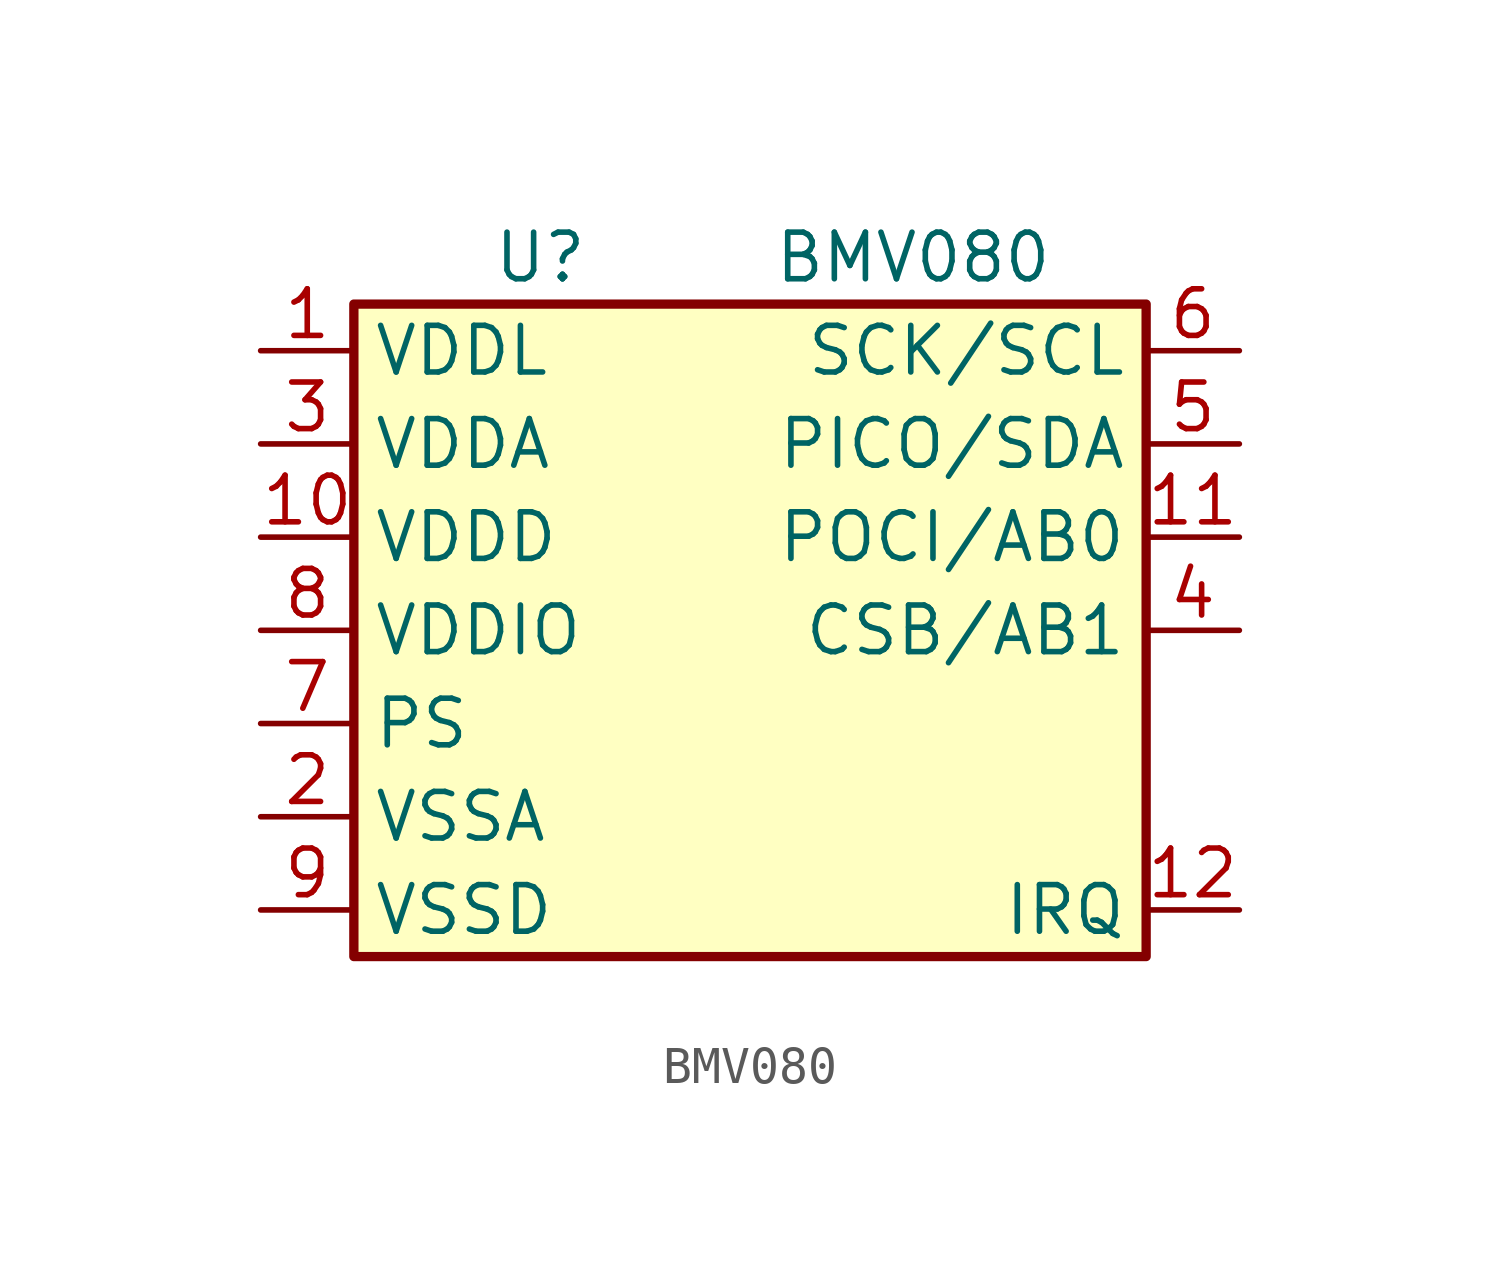
<source format=kicad_sym>
(kicad_symbol_lib
  (version 20231120)
  (generator "kicad_symbol_editor")
  (generator_version "8.0")
  (symbol "BMV080"
    (property "Reference" "U"
      (at -5.08 10.16 0)
      (effects (font (size 1.27 1.27))))
    (property "Value" "BMV080"
      (at 5.08 10.16 0)
      (effects (font (size 1.27 1.27))))
    (symbol "BMV080_0_1"
      (rectangle (start -10.16 8.89) (end 11.43 -8.89) (stroke (width 0.254) (type default)) (fill (type background))))
    (symbol "BMV080_1_1"
      (pin power_in line (at -12.7 7.62 0) (length 2.54) (name "VDDL" (effects (font (size 1.27 1.27)))) (number "1" (effects (font (size 1.27 1.27)))))
      (pin power_in line (at -12.7 2.54 0) (length 2.54) (name "VDDD" (effects (font (size 1.27 1.27)))) (number "10" (effects (font (size 1.27 1.27)))))
      (pin bidirectional line (at 13.97 2.54 180) (length 2.54) (name "POCI/AB0" (effects (font (size 1.27 1.27)))) (number "11" (effects (font (size 1.27 1.27)))))
      (pin output line (at 13.97 -7.62 180) (length 2.54) (name "IRQ" (effects (font (size 1.27 1.27)))) (number "12" (effects (font (size 1.27 1.27)))))
      (pin no_connect line (at 11.43 -5.08 0) (length 2.54) hide (name "NC" (effects (font (size 1.27 1.27)))) (number "13" (effects (font (size 1.27 1.27)))))
      (pin power_in line (at -12.7 -5.08 0) (length 2.54) (name "VSSA" (effects (font (size 1.27 1.27)))) (number "2" (effects (font (size 1.27 1.27)))))
      (pin power_in line (at -12.7 5.08 0) (length 2.54) (name "VDDA" (effects (font (size 1.27 1.27)))) (number "3" (effects (font (size 1.27 1.27)))))
      (pin input line (at 13.97 0 180) (length 2.54) (name "CSB/AB1" (effects (font (size 1.27 1.27)))) (number "4" (effects (font (size 1.27 1.27)))))
      (pin bidirectional line (at 13.97 5.08 180) (length 2.54) (name "PICO/SDA" (effects (font (size 1.27 1.27)))) (number "5" (effects (font (size 1.27 1.27)))))
      (pin input line (at 13.97 7.62 180) (length 2.54) (name "SCK/SCL" (effects (font (size 1.27 1.27)))) (number "6" (effects (font (size 1.27 1.27)))))
      (pin input line (at -12.7 -2.54 0) (length 2.54) (name "PS" (effects (font (size 1.27 1.27)))) (number "7" (effects (font (size 1.27 1.27)))))
      (pin power_in line (at -12.7 0 0) (length 2.54) (name "VDDIO" (effects (font (size 1.27 1.27)))) (number "8" (effects (font (size 1.27 1.27)))))
      (pin power_in line (at -12.7 -7.62 0) (length 2.54) (name "VSSD" (effects (font (size 1.27 1.27)))) (number "9" (effects (font (size 1.27 1.27))))))))
</source>
